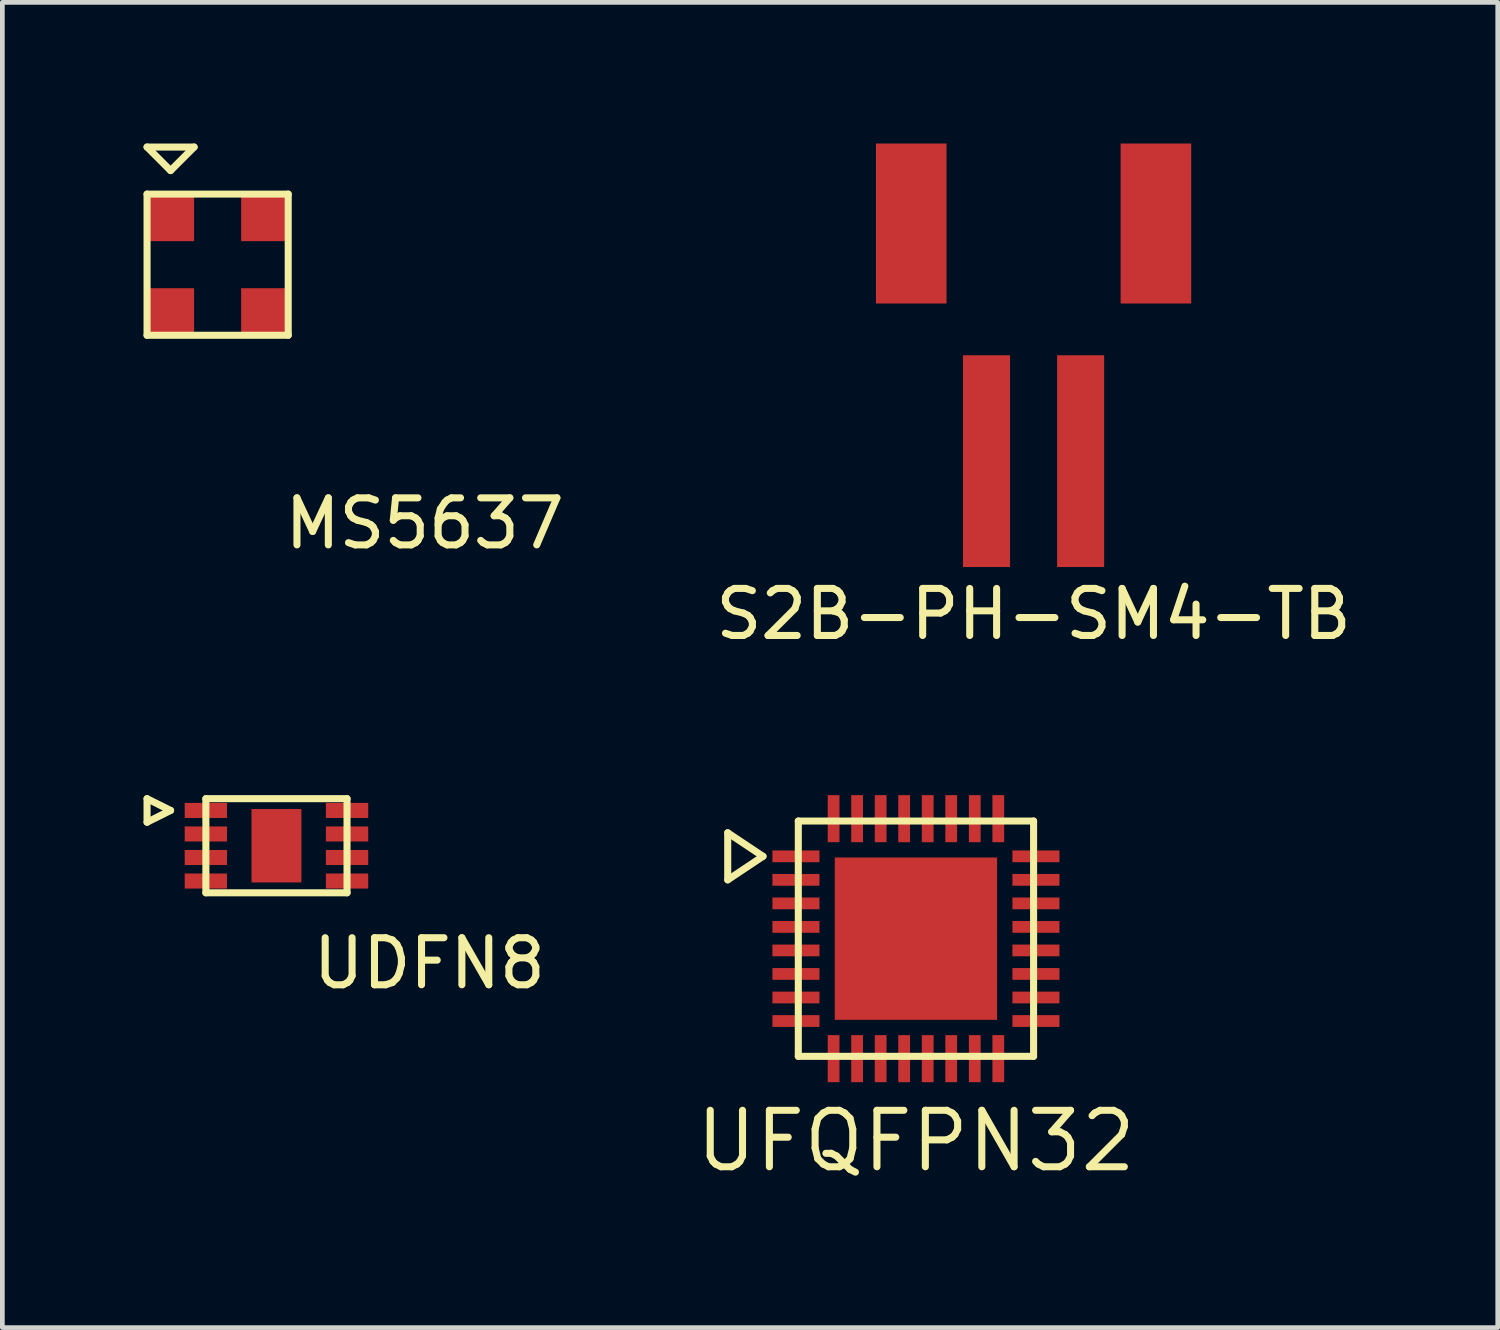
<source format=kicad_pcb>
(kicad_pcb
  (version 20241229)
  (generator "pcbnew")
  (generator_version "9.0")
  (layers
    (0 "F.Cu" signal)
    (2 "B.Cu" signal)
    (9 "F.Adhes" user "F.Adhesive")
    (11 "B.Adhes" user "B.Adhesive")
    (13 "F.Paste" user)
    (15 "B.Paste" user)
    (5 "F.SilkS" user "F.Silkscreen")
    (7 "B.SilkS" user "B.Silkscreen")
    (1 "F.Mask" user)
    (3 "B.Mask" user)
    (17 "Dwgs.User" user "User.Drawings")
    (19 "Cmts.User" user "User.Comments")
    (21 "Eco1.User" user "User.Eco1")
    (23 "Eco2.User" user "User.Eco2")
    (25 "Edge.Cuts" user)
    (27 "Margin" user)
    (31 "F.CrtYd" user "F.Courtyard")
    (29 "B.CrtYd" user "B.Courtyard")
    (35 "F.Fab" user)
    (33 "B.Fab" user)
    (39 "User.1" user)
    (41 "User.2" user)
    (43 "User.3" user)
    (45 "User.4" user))
  (footprint "S2B-PH-SM4-TB"
    (layer "F.Cu")
    (at 18.915 9)
    (property "Reference" "S2B-PH-SM4-TB" (at 0 1 0) (layer "F.SilkS") (effects (font (size 1 1) (thickness 0.15))))
    (attr through_hole)
    (pad "" smd rect (at -2.6 -7.3) (size 1.5 3.4) (layers "F.Cu" "F.Mask" "F.Paste"))
    (pad "" smd rect (at 2.6 -7.3) (size 1.5 3.4) (layers "F.Cu" "F.Mask" "F.Paste"))
    (pad "1" smd rect (at 1 -2.25) (size 1 4.5) (layers "F.Cu" "F.Mask" "F.Paste"))
    (pad "2" smd rect (at -1 -2.25) (size 1 4.5) (layers "F.Cu" "F.Mask" "F.Paste")))
  (footprint "UFQFPN32"
    (layer "F.Cu")
    (at 16.415 16.898)
    (property "Reference" "UFQFPN32" (at 0 4.3 0) (layer "F.SilkS") (effects (font (size 1.2 1.2) (thickness 0.15))))
    (attr through_hole)
    (fp_line (start -4 -2.25) (end -4 -1.25) (stroke (width 0.15) (type solid)) (layer "F.SilkS"))
    (fp_line (start -4 -1.25) (end -3.25 -1.75) (stroke (width 0.15) (type solid)) (layer "F.SilkS"))
    (fp_line (start -3.25 -1.75) (end -4 -2.25) (stroke (width 0.15) (type solid)) (layer "F.SilkS"))
    (fp_line (start -2.5 -2.5) (end -2.5 2.5) (stroke (width 0.15) (type solid)) (layer "F.SilkS"))
    (fp_line (start -2.5 2.5) (end 2.5 2.5) (stroke (width 0.15) (type solid)) (layer "F.SilkS"))
    (fp_line (start 2.5 -2.5) (end -2.5 -2.5) (stroke (width 0.15) (type solid)) (layer "F.SilkS"))
    (fp_line (start 2.5 2.5) (end 2.5 -2.5) (stroke (width 0.15) (type solid)) (layer "F.SilkS"))
    (pad "1" smd rect (at -2.35 -1.75) (size 1 0.25) (drill (offset -0.2 0)) (layers "F.Cu" "F.Mask" "F.Paste"))
    (pad "2" smd rect (at -2.35 -1.25) (size 1 0.25) (drill (offset -0.2 0)) (layers "F.Cu" "F.Mask" "F.Paste"))
    (pad "3" smd rect (at -2.35 -0.75) (size 1 0.25) (drill (offset -0.2 0)) (layers "F.Cu" "F.Mask" "F.Paste"))
    (pad "4" smd rect (at -2.35 -0.25) (size 1 0.25) (drill (offset -0.2 0)) (layers "F.Cu" "F.Mask" "F.Paste"))
    (pad "5" smd rect (at -2.35 0.25) (size 1 0.25) (drill (offset -0.2 0)) (layers "F.Cu" "F.Mask" "F.Paste"))
    (pad "6" smd rect (at -2.35 0.75) (size 1 0.25) (drill (offset -0.2 0)) (layers "F.Cu" "F.Mask" "F.Paste"))
    (pad "7" smd rect (at -2.35 1.25) (size 1 0.25) (drill (offset -0.2 0)) (layers "F.Cu" "F.Mask" "F.Paste"))
    (pad "8" smd rect (at -2.35 1.75) (size 1 0.25) (drill (offset -0.2 0)) (layers "F.Cu" "F.Mask" "F.Paste"))
    (pad "9" smd rect (at -1.75 2.35) (size 0.25 1) (drill (offset 0 0.2)) (layers "F.Cu" "F.Mask" "F.Paste"))
    (pad "10" smd rect (at -1.25 2.35) (size 0.25 1) (drill (offset 0 0.2)) (layers "F.Cu" "F.Mask" "F.Paste"))
    (pad "11" smd rect (at -0.75 2.35) (size 0.25 1) (drill (offset 0 0.2)) (layers "F.Cu" "F.Mask" "F.Paste"))
    (pad "12" smd rect (at -0.25 2.35) (size 0.25 1) (drill (offset 0 0.2)) (layers "F.Cu" "F.Mask" "F.Paste"))
    (pad "13" smd rect (at 0.25 2.35) (size 0.25 1) (drill (offset 0 0.2)) (layers "F.Cu" "F.Mask" "F.Paste"))
    (pad "14" smd rect (at 0.75 2.35) (size 0.25 1) (drill (offset 0 0.2)) (layers "F.Cu" "F.Mask" "F.Paste"))
    (pad "15" smd rect (at 1.25 2.35) (size 0.25 1) (drill (offset 0 0.2)) (layers "F.Cu" "F.Mask" "F.Paste"))
    (pad "16" smd rect (at 1.75 2.35) (size 0.25 1) (drill (offset 0 0.2)) (layers "F.Cu" "F.Mask" "F.Paste"))
    (pad "17" smd rect (at 2.35 1.75) (size 1 0.25) (drill (offset 0.2 0)) (layers "F.Cu" "F.Mask" "F.Paste"))
    (pad "18" smd rect (at 2.35 1.25) (size 1 0.25) (drill (offset 0.2 0)) (layers "F.Cu" "F.Mask" "F.Paste"))
    (pad "19" smd rect (at 2.35 0.75) (size 1 0.25) (drill (offset 0.2 0)) (layers "F.Cu" "F.Mask" "F.Paste"))
    (pad "20" smd rect (at 2.35 0.25) (size 1 0.25) (drill (offset 0.2 0)) (layers "F.Cu" "F.Mask" "F.Paste"))
    (pad "21" smd rect (at 2.35 -0.25) (size 1 0.25) (drill (offset 0.2 0)) (layers "F.Cu" "F.Mask" "F.Paste"))
    (pad "22" smd rect (at 2.35 -0.75) (size 1 0.25) (drill (offset 0.2 0)) (layers "F.Cu" "F.Mask" "F.Paste"))
    (pad "23" smd rect (at 2.35 -1.25) (size 1 0.25) (drill (offset 0.2 0)) (layers "F.Cu" "F.Mask" "F.Paste"))
    (pad "24" smd rect (at 2.35 -1.75) (size 1 0.25) (drill (offset 0.2 0)) (layers "F.Cu" "F.Mask" "F.Paste"))
    (pad "25" smd rect (at 1.75 -2.35) (size 0.25 1) (drill (offset 0 -0.2)) (layers "F.Cu" "F.Mask" "F.Paste"))
    (pad "26" smd rect (at 1.25 -2.35) (size 0.25 1) (drill (offset 0 -0.2)) (layers "F.Cu" "F.Mask" "F.Paste"))
    (pad "27" smd rect (at 0.75 -2.35) (size 0.25 1) (drill (offset 0 -0.2)) (layers "F.Cu" "F.Mask" "F.Paste"))
    (pad "28" smd rect (at 0.25 -2.35) (size 0.25 1) (drill (offset 0 -0.2)) (layers "F.Cu" "F.Mask" "F.Paste"))
    (pad "29" smd rect (at -0.25 -2.35) (size 0.25 1) (drill (offset 0 -0.2)) (layers "F.Cu" "F.Mask" "F.Paste"))
    (pad "30" smd rect (at -0.75 -2.35) (size 0.25 1) (drill (offset 0 -0.2)) (layers "F.Cu" "F.Mask" "F.Paste"))
    (pad "31" smd rect (at -1.25 -2.35) (size 0.25 1) (drill (offset 0 -0.2)) (layers "F.Cu" "F.Mask" "F.Paste"))
    (pad "32" smd rect (at -1.75 -2.35) (size 0.25 1) (drill (offset 0 -0.2)) (layers "F.Cu" "F.Mask" "F.Paste"))
    (pad "33" smd rect (at 0 0) (size 3.45 3.45) (layers "F.Cu" "F.Mask" "F.Paste")))
  (footprint "UDFN8"
    (layer "F.Cu")
    (at 2.825 14.923)
    (property "Reference" "UDFN8" (at 3.25 2.5 0) (layer "F.SilkS") (effects (font (size 1 1) (thickness 0.15))))
    (attr through_hole)
    (fp_line (start -2.75 -1) (end -2.75 -0.5) (stroke (width 0.15) (type solid)) (layer "F.SilkS"))
    (fp_line (start -2.75 -0.5) (end -2.25 -0.75) (stroke (width 0.15) (type solid)) (layer "F.SilkS"))
    (fp_line (start -2.25 -0.75) (end -2.75 -1) (stroke (width 0.15) (type solid)) (layer "F.SilkS"))
    (fp_line (start -1.5 -1) (end -1.5 1) (stroke (width 0.15) (type solid)) (layer "F.SilkS"))
    (fp_line (start -1.5 1) (end 1.5 1) (stroke (width 0.15) (type solid)) (layer "F.SilkS"))
    (fp_line (start 1.5 -1) (end -1.5 -1) (stroke (width 0.15) (type solid)) (layer "F.SilkS"))
    (fp_line (start 1.5 1) (end 1.5 -1) (stroke (width 0.15) (type solid)) (layer "F.SilkS"))
    (pad "1" smd rect (at -1.5 -0.75) (size 0.9 0.32) (layers "F.Cu" "F.Mask" "F.Paste"))
    (pad "2" smd rect (at -1.5 -0.25) (size 0.9 0.32) (layers "F.Cu" "F.Mask" "F.Paste"))
    (pad "3" smd rect (at -1.5 0.25) (size 0.9 0.32) (layers "F.Cu" "F.Mask" "F.Paste"))
    (pad "4" smd rect (at -1.5 0.75) (size 0.9 0.32) (layers "F.Cu" "F.Mask" "F.Paste"))
    (pad "5" smd rect (at 1.5 0.75 180) (size 0.9 0.32) (layers "F.Cu" "F.Mask" "F.Paste"))
    (pad "6" smd rect (at 1.5 0.25 180) (size 0.9 0.32) (layers "F.Cu" "F.Mask" "F.Paste"))
    (pad "7" smd rect (at 1.5 -0.25 180) (size 0.9 0.32) (layers "F.Cu" "F.Mask" "F.Paste"))
    (pad "8" smd rect (at 1.5 -0.75 180) (size 0.9 0.32) (layers "F.Cu" "F.Mask" "F.Paste"))
    (pad "9" smd rect (at 0 0) (size 1.06 1.56) (layers "F.Cu" "F.Mask" "F.Paste")))
  (footprint "MS5637"
    (layer "F.Cu")
    (at 1.575 2.575)
    (property "Reference" "MS5637" (at 4.4 5.5 0) (layer "F.SilkS") (effects (font (size 1 1) (thickness 0.15))))
    (attr through_hole)
    (fp_line (start -1.5 -2.5) (end -0.5 -2.5) (stroke (width 0.15) (type solid)) (layer "F.SilkS"))
    (fp_line (start -1.5 -1.5) (end 1.5 -1.5) (stroke (width 0.15) (type solid)) (layer "F.SilkS"))
    (fp_line (start -1.5 1.5) (end -1.5 -1.5) (stroke (width 0.15) (type solid)) (layer "F.SilkS"))
    (fp_line (start -1 -2) (end -1.5 -2.5) (stroke (width 0.15) (type solid)) (layer "F.SilkS"))
    (fp_line (start -0.5 -2.5) (end -1 -2) (stroke (width 0.15) (type solid)) (layer "F.SilkS"))
    (fp_line (start 1.5 -1.5) (end 1.5 1.5) (stroke (width 0.15) (type solid)) (layer "F.SilkS"))
    (fp_line (start 1.5 1.5) (end -1.5 1.5) (stroke (width 0.15) (type solid)) (layer "F.SilkS"))
    (pad "1" smd rect (at -1 -1) (size 1 1) (layers "F.Cu" "F.Mask" "F.Paste"))
    (pad "2" smd rect (at -1 1) (size 1 1) (layers "F.Cu" "F.Mask" "F.Paste"))
    (pad "3" smd rect (at 1 1) (size 1 1) (layers "F.Cu" "F.Mask" "F.Paste"))
    (pad "4" smd rect (at 1 -1) (size 1 1) (layers "F.Cu" "F.Mask" "F.Paste")))
  (gr_rect
    (start -3 -3)
    (end 28.779 25.163)
    (stroke (width 0.1) (type default))
    (fill no)
    (layer "Edge.Cuts")))
</source>
